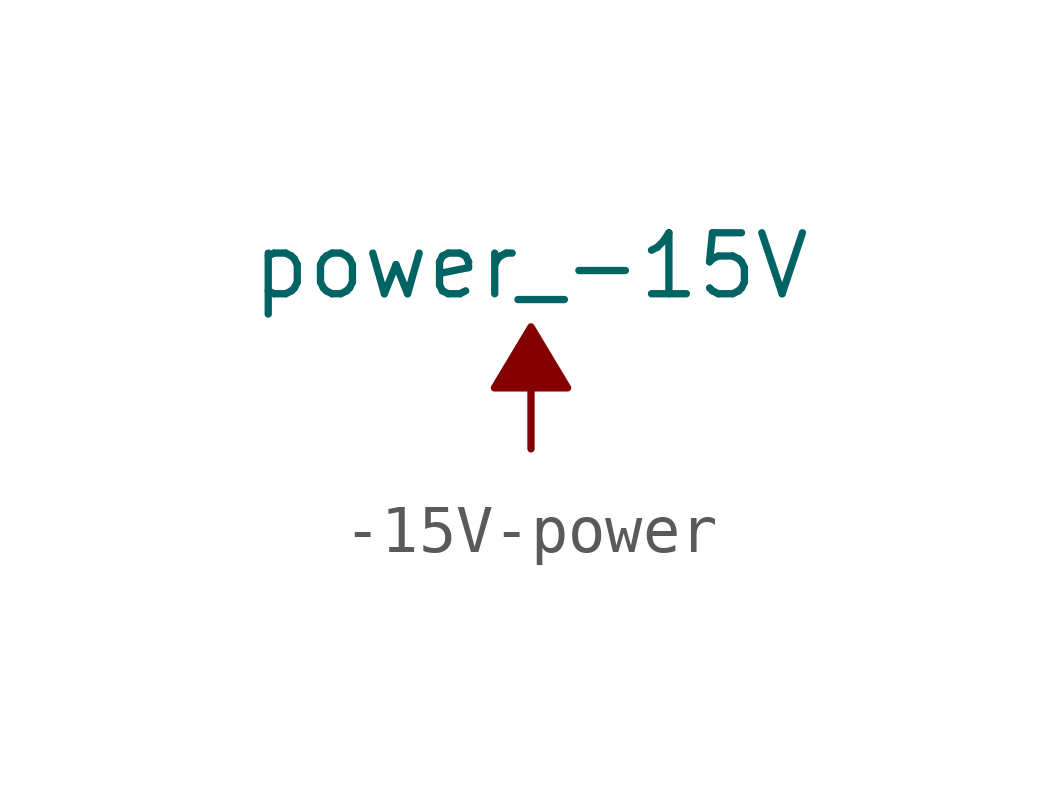
<source format=kicad_sym>
(kicad_symbol_lib
  (version 20241209)
  (generator "kicad_symbol_editor")
  (generator_version "9.0")
  (symbol "-15V-power"
    (power)
    (pin_names
      (offset 0))
    (property "Reference" "#PWR"
      (at 0 2.54 0)
      (effects (font (size 1.27 1.27)) (hide yes)))
    (property "Value" "power_-15V"
      (at 0 3.81 0)
      (effects (font (size 1.27 1.27))))
    (symbol "-15V-power_0_0"
      (pin power_in line (at 0 0 90) (length 0) (hide yes) (name "-15V" (effects (font (size 1.27 1.27)))) (number "1" (effects (font (size 1.27 1.27))))))
    (symbol "-15V-power_0_1"
      (polyline (pts (xy 0 0) (xy 0 1.27) (xy 0.762 1.27) (xy 0 2.54) (xy -0.762 1.27) (xy 0 1.27)) (stroke (width 0) (type solid)) (fill (type outline))))))
</source>
